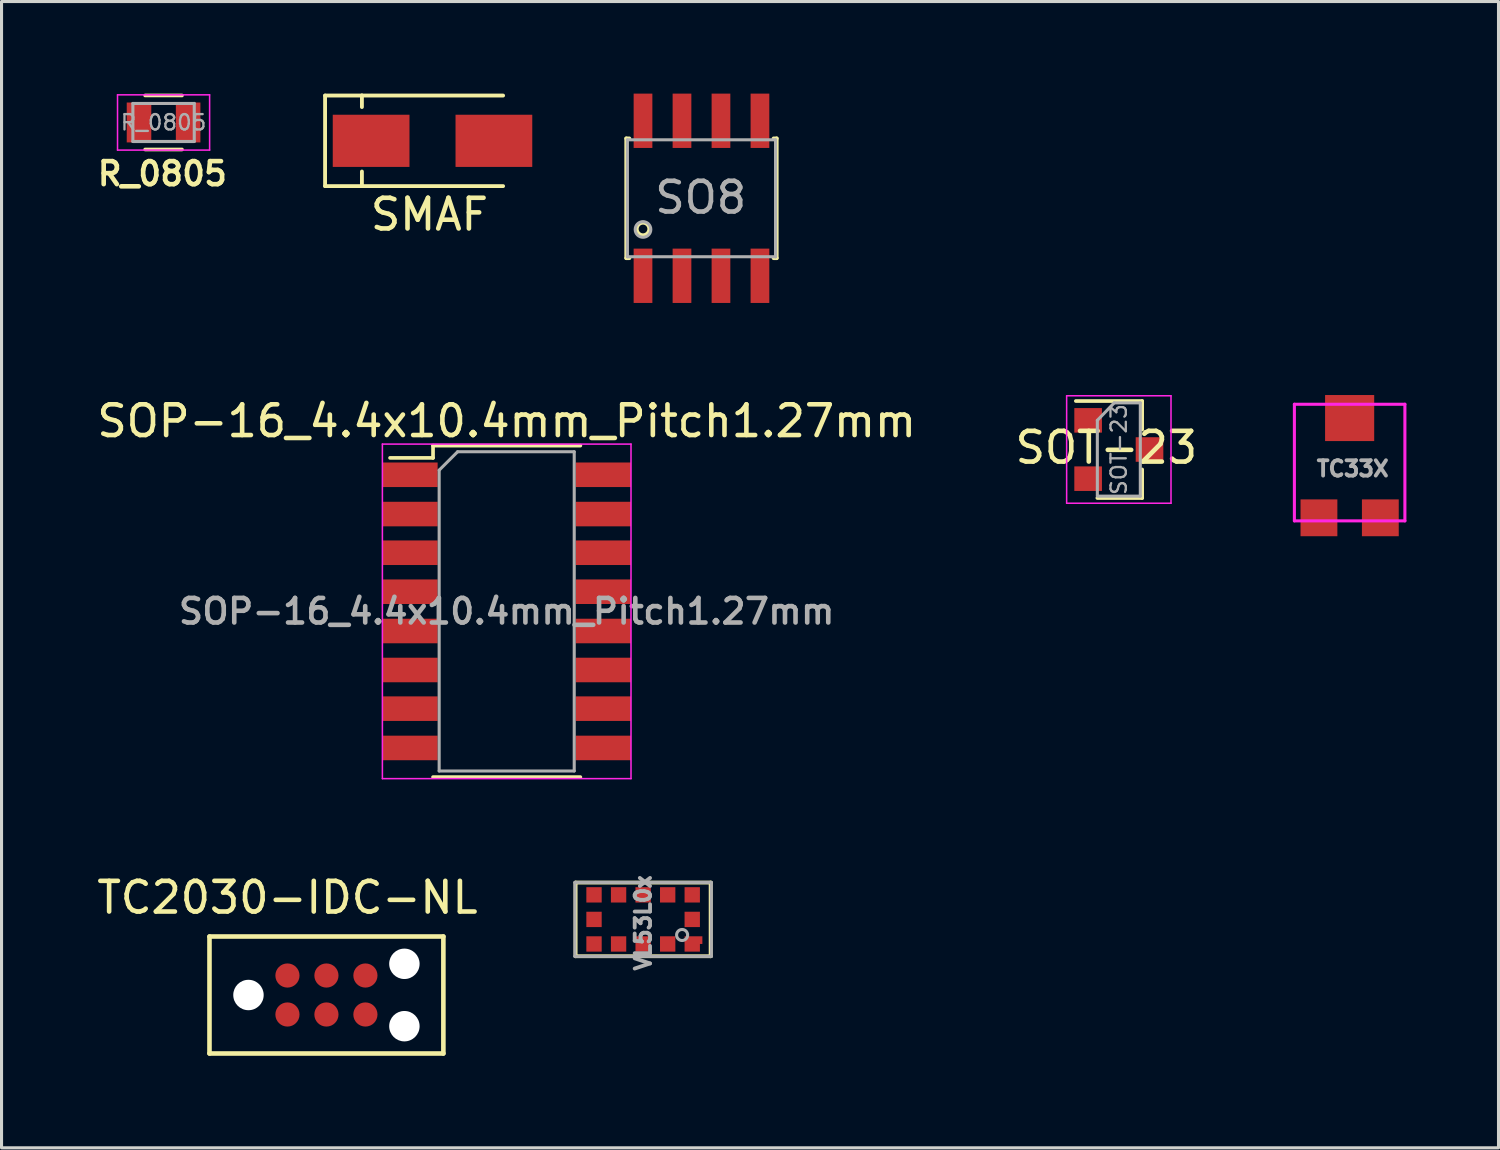
<source format=kicad_pcb>
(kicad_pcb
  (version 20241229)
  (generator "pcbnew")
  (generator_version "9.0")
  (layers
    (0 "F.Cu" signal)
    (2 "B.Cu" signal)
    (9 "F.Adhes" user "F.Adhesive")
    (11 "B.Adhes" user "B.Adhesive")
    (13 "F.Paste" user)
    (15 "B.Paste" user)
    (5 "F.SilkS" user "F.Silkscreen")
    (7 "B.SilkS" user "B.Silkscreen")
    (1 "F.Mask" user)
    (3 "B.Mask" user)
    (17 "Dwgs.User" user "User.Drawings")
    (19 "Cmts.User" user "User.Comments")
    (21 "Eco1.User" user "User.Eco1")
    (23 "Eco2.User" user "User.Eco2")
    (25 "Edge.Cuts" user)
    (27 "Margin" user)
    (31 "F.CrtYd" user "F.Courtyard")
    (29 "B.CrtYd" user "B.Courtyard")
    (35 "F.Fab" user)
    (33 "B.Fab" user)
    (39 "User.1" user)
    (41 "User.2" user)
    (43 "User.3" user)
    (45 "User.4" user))
  (footprint "VL53L0x"
    (layer "F.Cu")
    (at 17.903 26.904)
    (property "Reference" "VL53L0x" (at 0.000499 0.113 90) (layer "F.Fab") (effects (font (size 0.5 0.5) (thickness 0.125))))
    (attr smd)
    (fp_line (start -2.2 -1.2) (end 2.2 -1.2) (stroke (width 0.125) (type solid)) (layer "F.SilkS"))
    (fp_line (start -2.2 1.2) (end -2.2 -1.2) (stroke (width 0.125) (type solid)) (layer "F.SilkS"))
    (fp_line (start 2.2 -1.2) (end 2.2 1.2) (stroke (width 0.125) (type solid)) (layer "F.SilkS"))
    (fp_line (start 2.2 1.2) (end -2.2 1.2) (stroke (width 0.125) (type solid)) (layer "F.SilkS"))
    (fp_line (start -2.223 -1.206) (end 2.223 -1.206) (stroke (width 0.1) (type solid)) (layer "F.Fab"))
    (fp_line (start -2.223 1.206) (end -2.223 -1.206) (stroke (width 0.1) (type solid)) (layer "F.Fab"))
    (fp_line (start 2.223 -1.206) (end 2.223 1.206) (stroke (width 0.1) (type solid)) (layer "F.Fab"))
    (fp_line (start 2.223 1.206) (end -2.223 1.206) (stroke (width 0.1) (type solid)) (layer "F.Fab"))
    (fp_circle (center 1.27 0.508) (end 1.397 0.635) (stroke (width 0.1) (type solid)) (fill no) (layer "F.Fab"))
    (pad "1" smd custom (at 1.6 0.8) (size 0.5 0.5) (layers "F.Cu" "F.Mask" "F.Paste") (options (anchor rect)) (primitives (gr_poly (pts (xy 0.25 -0.25) (xy 0.33 -0.25) (xy 0.33 0) (xy 0.25 0)) (width 0) (fill yes))))
    (pad "2" smd rect (at 0.8 0.8) (size 0.5 0.5) (layers "F.Cu" "F.Mask" "F.Paste"))
    (pad "3" smd rect (at 0 0.8) (size 0.5 0.5) (layers "F.Cu" "F.Mask" "F.Paste"))
    (pad "4" smd rect (at -0.8 0.8) (size 0.5 0.5) (layers "F.Cu" "F.Mask" "F.Paste"))
    (pad "5" smd rect (at -1.6 0.8) (size 0.5 0.5) (layers "F.Cu" "F.Mask" "F.Paste"))
    (pad "6" smd rect (at -1.6 0 180) (size 0.5 0.5) (layers "F.Cu" "F.Mask" "F.Paste"))
    (pad "7" smd rect (at -1.6 -0.8 180) (size 0.5 0.5) (layers "F.Cu" "F.Mask" "F.Paste"))
    (pad "8" smd rect (at -0.8 -0.8 180) (size 0.5 0.5) (layers "F.Cu" "F.Mask" "F.Paste"))
    (pad "9" smd rect (at 0 -0.8 180) (size 0.5 0.5) (layers "F.Cu" "F.Mask" "F.Paste"))
    (pad "10" smd rect (at 0.8 -0.8 180) (size 0.5 0.5) (layers "F.Cu" "F.Mask" "F.Paste"))
    (pad "11" smd rect (at 1.6 -0.8 180) (size 0.5 0.5) (layers "F.Cu" "F.Mask" "F.Paste"))
    (pad "12" smd rect (at 1.6 0) (size 0.5 0.5) (layers "F.Cu" "F.Mask" "F.Paste")))
  (footprint "SMAF"
    (layer "F.Cu")
    (at 11.041 1.538)
    (property "Reference" "SMAF" (at -0.1 2.4 0) (layer "F.SilkS") (effects (font (size 1 1) (thickness 0.15))))
    (attr through_hole)
    (fp_line (start -3.5 1.475) (end -3.5 -1.475) (stroke (width 0.125) (type solid)) (layer "F.SilkS"))
    (fp_line (start -2.3 -1.475) (end -3.5 -1.475) (stroke (width 0.125) (type solid)) (layer "F.SilkS"))
    (fp_line (start -2.3 -1.475) (end -2.3 -1.1) (stroke (width 0.125) (type solid)) (layer "F.SilkS"))
    (fp_line (start -2.3 -1.475) (end 2.3 -1.475) (stroke (width 0.125) (type solid)) (layer "F.SilkS"))
    (fp_line (start -2.3 1.475) (end -3.5 1.475) (stroke (width 0.125) (type solid)) (layer "F.SilkS"))
    (fp_line (start -2.3 1.475) (end -2.3 1) (stroke (width 0.125) (type solid)) (layer "F.SilkS"))
    (fp_line (start 2.3 1.475) (end -2.3 1.475) (stroke (width 0.125) (type solid)) (layer "F.SilkS"))
    (pad "1" smd rect (at -2 0) (size 2.5 1.7) (layers "F.Cu" "F.Mask" "F.Paste"))
    (pad "2" smd rect (at 2 0) (size 2.5 1.7) (layers "F.Cu" "F.Mask" "F.Paste")))
  (footprint "TC2030-IDC-NL"
    (layer "F.Cu")
    (at 6.315 30.002)
    (property "Reference" "TC2030-IDC-NL" (at 0 -3.81 0) (layer "F.SilkS") (effects (font (size 1 1) (thickness 0.15))))
    (attr through_hole)
    (fp_line (start -2.54 -2.54) (end 5.08 -2.54) (stroke (width 0.15) (type solid)) (layer "F.SilkS"))
    (fp_line (start -2.54 1.27) (end -2.54 -2.54) (stroke (width 0.15) (type solid)) (layer "F.SilkS"))
    (fp_line (start 5.08 -2.54) (end 5.08 1.27) (stroke (width 0.15) (type solid)) (layer "F.SilkS"))
    (fp_line (start 5.08 1.27) (end -2.54 1.27) (stroke (width 0.15) (type solid)) (layer "F.SilkS"))
    (pad "" np_thru_hole circle (at -1.27 -0.635) (size 0.991 0.991) (drill 0.991) (layers "*.Cu" "*.Mask"))
    (pad "" np_thru_hole circle (at 3.81 -1.651) (size 0.991 0.991) (drill 0.991) (layers "*.Cu" "*.Mask"))
    (pad "" np_thru_hole circle (at 3.81 0.381) (size 0.991 0.991) (drill 0.991) (layers "*.Cu" "*.Mask"))
    (pad "1" smd circle (at 0 0) (size 0.787 0.787) (layers "F.Cu" "F.Mask" "F.Paste"))
    (pad "2" smd circle (at 0 -1.27) (size 0.787 0.787) (layers "F.Cu" "F.Mask" "F.Paste"))
    (pad "3" smd circle (at 1.27 0) (size 0.787 0.787) (layers "F.Cu" "F.Mask" "F.Paste"))
    (pad "4" smd circle (at 1.27 -1.27) (size 0.787 0.787) (layers "F.Cu" "F.Mask" "F.Paste"))
    (pad "5" smd circle (at 2.54 0) (size 0.787 0.787) (layers "F.Cu" "F.Mask" "F.Paste"))
    (pad "6" smd circle (at 2.54 -1.27) (size 0.787 0.787) (layers "F.Cu" "F.Mask" "F.Paste")))
  (footprint "SOT-23"
    (layer "F.Cu")
    (at 33.121 11.405)
    (property "Reference" "SOT-23" (at -0.127 0.127 0) (layer "F.SilkS") (effects (font (size 1 1) (thickness 0.15))))
    (attr through_hole)
    (fp_line (start 1.04 -1.39) (end -1.12 -1.39) (stroke (width 0.12) (type solid)) (layer "F.SilkS"))
    (fp_line (start 1.04 -1.39) (end 1.04 -0.46) (stroke (width 0.12) (type solid)) (layer "F.SilkS"))
    (fp_line (start 1.04 1.77) (end -0.42 1.77) (stroke (width 0.12) (type solid)) (layer "F.SilkS"))
    (fp_line (start 1.04 1.77) (end 1.04 0.84) (stroke (width 0.12) (type solid)) (layer "F.SilkS"))
    (fp_line (start -1.42 -1.56) (end 1.98 -1.56) (stroke (width 0.05) (type solid)) (layer "F.CrtYd"))
    (fp_line (start -1.42 1.94) (end -1.42 -1.56) (stroke (width 0.05) (type solid)) (layer "F.CrtYd"))
    (fp_line (start 1.98 -1.56) (end 1.98 1.94) (stroke (width 0.05) (type solid)) (layer "F.CrtYd"))
    (fp_line (start 1.98 1.94) (end -1.42 1.94) (stroke (width 0.05) (type solid)) (layer "F.CrtYd"))
    (fp_line (start -0.42 -0.76) (end -0.42 1.69) (stroke (width 0.1) (type solid)) (layer "F.Fab"))
    (fp_line (start -0.42 -0.76) (end 0.13 -1.33) (stroke (width 0.1) (type solid)) (layer "F.Fab"))
    (fp_line (start -0.42 1.71) (end 0.98 1.71) (stroke (width 0.1) (type solid)) (layer "F.Fab"))
    (fp_line (start 0.13 -1.33) (end 0.98 -1.33) (stroke (width 0.1) (type solid)) (layer "F.Fab"))
    (fp_line (start 0.98 -1.33) (end 0.98 1.71) (stroke (width 0.1) (type solid)) (layer "F.Fab"))
    (fp_text user "${REFERENCE}" (at 0.28 0.19 90) (layer "F.Fab") (effects (font (size 0.5 0.5) (thickness 0.075))))
    (pad "1" smd rect (at -0.72 -0.76) (size 0.9 0.8) (layers "F.Cu" "F.Mask" "F.Paste"))
    (pad "2" smd rect (at -0.72 1.14) (size 0.9 0.8) (layers "F.Cu" "F.Mask" "F.Paste"))
    (pad "3" smd rect (at 1.28 0.19) (size 0.9 0.8) (layers "F.Cu" "F.Mask" "F.Paste")))
  (footprint "SOP-16_4.4x10.4mm_Pitch1.27mm"
    (layer "F.Cu")
    (at 13.458 16.868)
    (property "Reference" "SOP-16_4.4x10.4mm_Pitch1.27mm" (at 0 -6.2 0) (layer "F.SilkS") (effects (font (size 1 1) (thickness 0.15))))
    (attr smd)
    (fp_line (start -2.4 -5.4) (end -2.4 -5) (stroke (width 0.12) (type solid)) (layer "F.SilkS"))
    (fp_line (start -2.4 -5.4) (end 2.4 -5.4) (stroke (width 0.12) (type solid)) (layer "F.SilkS"))
    (fp_line (start -2.4 -5) (end -3.8 -5) (stroke (width 0.12) (type solid)) (layer "F.SilkS"))
    (fp_line (start -2.4 5.4) (end 2.4 5.4) (stroke (width 0.12) (type solid)) (layer "F.SilkS"))
    (fp_line (start -4.05 -5.45) (end -4.05 5.45) (stroke (width 0.05) (type solid)) (layer "F.CrtYd"))
    (fp_line (start -4.05 -5.45) (end 4.05 -5.45) (stroke (width 0.05) (type solid)) (layer "F.CrtYd"))
    (fp_line (start 4.05 5.45) (end -4.05 5.45) (stroke (width 0.05) (type solid)) (layer "F.CrtYd"))
    (fp_line (start 4.05 5.45) (end 4.05 -5.45) (stroke (width 0.05) (type solid)) (layer "F.CrtYd"))
    (fp_line (start -2.2 -4.6) (end -1.6 -5.2) (stroke (width 0.1) (type solid)) (layer "F.Fab"))
    (fp_line (start -2.2 5.2) (end -2.2 -4.6) (stroke (width 0.1) (type solid)) (layer "F.Fab"))
    (fp_line (start -1.6 -5.2) (end 2.2 -5.2) (stroke (width 0.1) (type solid)) (layer "F.Fab"))
    (fp_line (start 2.2 -5.2) (end 2.2 5.2) (stroke (width 0.1) (type solid)) (layer "F.Fab"))
    (fp_line (start 2.2 5.2) (end -2.2 5.2) (stroke (width 0.1) (type solid)) (layer "F.Fab"))
    (fp_text user "${REFERENCE}" (at 0 0 0) (layer "F.Fab") (effects (font (size 0.8 0.8) (thickness 0.15))))
    (pad "1" smd rect (at -3.15 -4.45) (size 1.8 0.8) (layers "F.Cu" "F.Mask" "F.Paste"))
    (pad "2" smd rect (at -3.15 -3.17) (size 1.8 0.8) (layers "F.Cu" "F.Mask" "F.Paste"))
    (pad "3" smd rect (at -3.15 -1.91) (size 1.8 0.8) (layers "F.Cu" "F.Mask" "F.Paste"))
    (pad "4" smd rect (at -3.15 -0.64) (size 1.8 0.8) (layers "F.Cu" "F.Mask" "F.Paste"))
    (pad "5" smd rect (at -3.15 0.64) (size 1.8 0.8) (layers "F.Cu" "F.Mask" "F.Paste"))
    (pad "6" smd rect (at -3.15 1.91) (size 1.8 0.8) (layers "F.Cu" "F.Mask" "F.Paste"))
    (pad "7" smd rect (at -3.15 3.17) (size 1.8 0.8) (layers "F.Cu" "F.Mask" "F.Paste"))
    (pad "8" smd rect (at -3.15 4.45) (size 1.8 0.8) (layers "F.Cu" "F.Mask" "F.Paste"))
    (pad "9" smd rect (at 3.15 4.45) (size 1.8 0.8) (layers "F.Cu" "F.Mask" "F.Paste"))
    (pad "10" smd rect (at 3.15 3.17) (size 1.8 0.8) (layers "F.Cu" "F.Mask" "F.Paste"))
    (pad "11" smd rect (at 3.15 1.91) (size 1.8 0.8) (layers "F.Cu" "F.Mask" "F.Paste"))
    (pad "12" smd rect (at 3.15 0.64) (size 1.8 0.8) (layers "F.Cu" "F.Mask" "F.Paste"))
    (pad "13" smd rect (at 3.15 -0.64) (size 1.8 0.8) (layers "F.Cu" "F.Mask" "F.Paste"))
    (pad "14" smd rect (at 3.15 -1.91) (size 1.8 0.8) (layers "F.Cu" "F.Mask" "F.Paste"))
    (pad "15" smd rect (at 3.15 -3.17) (size 1.8 0.8) (layers "F.Cu" "F.Mask" "F.Paste"))
    (pad "16" smd rect (at 3.15 -4.45) (size 1.8 0.8) (layers "F.Cu" "F.Mask" "F.Paste")))
  (footprint "R_0805"
    (layer "F.Cu")
    (at 2.279 0.94)
    (property "Reference" "R_0805" (at -0.04 1.67 0) (layer "F.SilkS") (effects (font (size 0.75 0.75) (thickness 0.15))))
    (attr smd)
    (fp_line (start -0.6 -0.88) (end 0.6 -0.88) (stroke (width 0.12) (type solid)) (layer "F.SilkS"))
    (fp_line (start 0.6 0.88) (end -0.6 0.88) (stroke (width 0.12) (type solid)) (layer "F.SilkS"))
    (fp_line (start -1.5 -0.9) (end -1.5 0.9) (stroke (width 0.05) (type solid)) (layer "F.CrtYd"))
    (fp_line (start -1.5 -0.9) (end 1.5 -0.9) (stroke (width 0.05) (type solid)) (layer "F.CrtYd"))
    (fp_line (start 1.5 0.9) (end -1.5 0.9) (stroke (width 0.05) (type solid)) (layer "F.CrtYd"))
    (fp_line (start 1.5 0.9) (end 1.5 -0.9) (stroke (width 0.05) (type solid)) (layer "F.CrtYd"))
    (fp_line (start -1 -0.62) (end 1 -0.62) (stroke (width 0.1) (type solid)) (layer "F.Fab"))
    (fp_line (start -1 0.62) (end -1 -0.62) (stroke (width 0.1) (type solid)) (layer "F.Fab"))
    (fp_line (start 1 -0.62) (end 1 0.62) (stroke (width 0.1) (type solid)) (layer "F.Fab"))
    (fp_line (start 1 0.62) (end -1 0.62) (stroke (width 0.1) (type solid)) (layer "F.Fab"))
    (fp_text user "${REFERENCE}" (at 0 0 0) (layer "F.Fab") (effects (font (size 0.5 0.5) (thickness 0.075))))
    (pad "1" smd rect (at -0.8 0) (size 0.8 1.3) (layers "F.Cu" "F.Mask" "F.Paste"))
    (pad "2" smd rect (at 0.8 0) (size 0.8 1.3) (layers "F.Cu" "F.Mask" "F.Paste")))
  (footprint "TC33X"
    (layer "F.Cu")
    (at 40.921 12.02)
    (property "Reference" "TC33X" (at 0.1 0.2 0) (layer "F.Fab") (effects (font (size 0.5 0.5) (thickness 0.125))))
    (attr through_hole)
    (fp_line (start -1.8 -1.9) (end -1.8 1.9) (stroke (width 0.1) (type solid)) (layer "F.CrtYd"))
    (fp_line (start -1.8 1.9) (end 1.8 1.9) (stroke (width 0.1) (type solid)) (layer "F.CrtYd"))
    (fp_line (start 1.8 -1.9) (end -1.8 -1.9) (stroke (width 0.1) (type solid)) (layer "F.CrtYd"))
    (fp_line (start 1.8 1.9) (end 1.8 -1.9) (stroke (width 0.1) (type solid)) (layer "F.CrtYd"))
    (pad "1" smd rect (at -1 1.8) (size 1.2 1.2) (layers "F.Cu" "F.Mask" "F.Paste"))
    (pad "2" smd rect (at 0 -1.45) (size 1.6 1.5) (layers "F.Cu" "F.Mask" "F.Paste"))
    (pad "3" smd rect (at 1 1.8) (size 1.2 1.2) (layers "F.Cu" "F.Mask" "F.Paste")))
  (footprint "SO8"
    (layer "F.Cu")
    (at 19.804 3.41)
    (property "Reference" "SO8" (at -0.025 -0.025 0) (layer "F.Fab") (effects (font (size 1 1) (thickness 0.15))))
    (attr through_hole)
    (fp_line (start -2.45 1.95) (end -2.45 -1.95) (stroke (width 0.125) (type solid)) (layer "F.SilkS"))
    (fp_line (start -2.35 -1.95) (end -2.45 -1.95) (stroke (width 0.125) (type solid)) (layer "F.SilkS"))
    (fp_line (start -2.35 1.95) (end -2.45 1.95) (stroke (width 0.125) (type solid)) (layer "F.SilkS"))
    (fp_line (start 2.35 -1.95) (end 2.45 -1.95) (stroke (width 0.125) (type solid)) (layer "F.SilkS"))
    (fp_line (start 2.35 1.95) (end 2.45 1.95) (stroke (width 0.125) (type solid)) (layer "F.SilkS"))
    (fp_line (start 2.45 -1.95) (end 2.45 1.95) (stroke (width 0.125) (type solid)) (layer "F.SilkS"))
    (fp_circle (center -1.905 1) (end -1.7 1) (stroke (width 0.125) (type solid)) (fill no) (layer "F.SilkS"))
    (fp_line (start -2.413 -1.905) (end 2.413 -1.905) (stroke (width 0.1) (type solid)) (layer "F.Fab"))
    (fp_line (start -2.413 1.905) (end -2.413 -1.905) (stroke (width 0.1) (type solid)) (layer "F.Fab"))
    (fp_line (start 2.413 -1.905) (end 2.413 1.905) (stroke (width 0.1) (type solid)) (layer "F.Fab"))
    (fp_line (start 2.413 1.905) (end -2.413 1.905) (stroke (width 0.1) (type solid)) (layer "F.Fab"))
    (fp_circle (center -1.905 1.016) (end -1.651 1.016) (stroke (width 0.1) (type solid)) (fill no) (layer "F.Fab"))
    (pad "1" smd rect (at -1.905 2.525) (size 0.61 1.77) (layers "F.Cu" "F.Mask" "F.Paste"))
    (pad "2" smd rect (at -0.635 2.525) (size 0.61 1.77) (layers "F.Cu" "F.Mask" "F.Paste"))
    (pad "3" smd rect (at 0.635 2.525) (size 0.61 1.77) (layers "F.Cu" "F.Mask" "F.Paste"))
    (pad "4" smd rect (at 1.905 2.525) (size 0.61 1.77) (layers "F.Cu" "F.Mask" "F.Paste"))
    (pad "5" smd rect (at 1.905 -2.525 180) (size 0.61 1.77) (layers "F.Cu" "F.Mask" "F.Paste"))
    (pad "6" smd rect (at 0.635 -2.525 180) (size 0.61 1.77) (layers "F.Cu" "F.Mask" "F.Paste"))
    (pad "7" smd rect (at -0.635 -2.525 180) (size 0.61 1.77) (layers "F.Cu" "F.Mask" "F.Paste"))
    (pad "8" smd rect (at -1.905 -2.525 180) (size 0.61 1.77) (layers "F.Cu" "F.Mask" "F.Paste")))
  (gr_rect
    (start -3 -3)
    (end 45.771 34.346)
    (stroke (width 0.1) (type default))
    (fill no)
    (layer "Edge.Cuts")))
</source>
